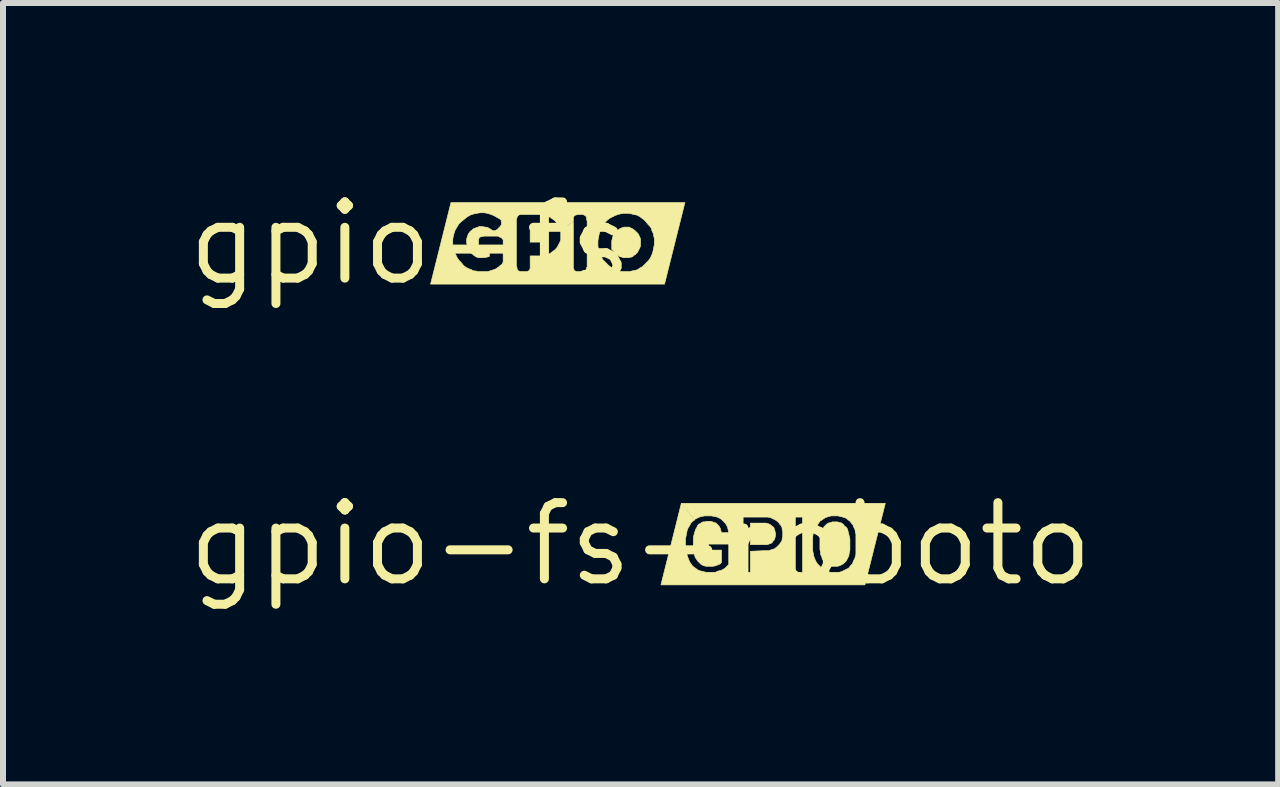
<source format=kicad_pcb>
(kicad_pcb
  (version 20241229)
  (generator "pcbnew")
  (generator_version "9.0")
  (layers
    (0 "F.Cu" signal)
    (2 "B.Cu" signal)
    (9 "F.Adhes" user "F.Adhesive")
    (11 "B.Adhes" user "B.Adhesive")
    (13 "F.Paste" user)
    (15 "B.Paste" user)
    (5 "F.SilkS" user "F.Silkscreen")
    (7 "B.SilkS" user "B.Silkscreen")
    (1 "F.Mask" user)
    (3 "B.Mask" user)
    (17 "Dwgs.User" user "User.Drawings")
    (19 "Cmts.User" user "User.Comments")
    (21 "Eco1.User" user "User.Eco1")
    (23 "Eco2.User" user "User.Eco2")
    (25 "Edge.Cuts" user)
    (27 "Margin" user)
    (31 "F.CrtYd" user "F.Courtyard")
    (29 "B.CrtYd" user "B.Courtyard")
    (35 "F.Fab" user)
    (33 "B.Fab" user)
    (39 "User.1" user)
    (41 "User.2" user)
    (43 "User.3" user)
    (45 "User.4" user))
  (footprint "gpio-fs-roboto"
    (layer "F.Cu")
    (at 7.627 6.019)
    (property "Reference" "gpio-fs-roboto" (at 0 0 0) (layer "F.SilkS") (effects (font (size 1.27 1.27) (thickness 0.15))))
    (attr board_only exclude_from_pos_files exclude_from_bom)
    (fp_poly (pts (xy 1.83 0.01) (xy 2.05 0.01) (xy 2.08 0.01) (xy 2.11 0.01) (xy 2.14 0) (xy 2.17 -0.01) (xy 2.19 -0.02) (xy 2.21 -0.05) (xy 2.23 -0.07) (xy 2.24 -0.1) (xy 2.25 -0.14) (xy 2.25 -0.18) (xy 2.24 -0.22) (xy 2.23 -0.25) (xy 2.22 -0.28) (xy 2.19 -0.3) (xy 2.17 -0.32) (xy 2.13 -0.34) (xy 2.09 -0.35) (xy 2.05 -0.35) (xy 1.83 -0.35) (xy 1.83 0.01)) (stroke (width 0.01) (type solid)) (fill yes) (layer "F.SilkS"))
    (fp_poly (pts (xy 3.49 -0.03) (xy 3.49 -0.08) (xy 3.48 -0.13) (xy 3.47 -0.17) (xy 3.46 -0.21) (xy 3.45 -0.25) (xy 3.43 -0.28) (xy 3.4 -0.3) (xy 3.38 -0.33) (xy 3.35 -0.35) (xy 3.32 -0.36) (xy 3.28 -0.37) (xy 3.24 -0.37) (xy 3.2 -0.37) (xy 3.17 -0.36) (xy 3.13 -0.35) (xy 3.1 -0.33) (xy 3.08 -0.31) (xy 3.06 -0.29) (xy 3.04 -0.26) (xy 3.03 -0.24) (xy 3.01 -0.2) (xy 3 -0.17) (xy 2.99 -0.13) (xy 2.99 -0.09) (xy 2.99 -0.05) (xy 2.99 0.05) (xy 2.99 0.09) (xy 3 0.13) (xy 3 0.17) (xy 3.02 0.21) (xy 3.03 0.25) (xy 3.05 0.28) (xy 3.08 0.31) (xy 3.11 0.34) (xy 3.15 0.36) (xy 3.19 0.37) (xy 3.22 0.37) (xy 3.24 0.37) (xy 3.27 0.37) (xy 3.29 0.37) (xy 3.32 0.36) (xy 3.34 0.35) (xy 3.36 0.34) (xy 3.38 0.33) (xy 3.4 0.31) (xy 3.43 0.28) (xy 3.45 0.24) (xy 3.47 0.2) (xy 3.48 0.15) (xy 3.49 0.1) (xy 3.49 0.05) (xy 3.49 -0.03)) (stroke (width 0.01) (type solid)) (fill yes) (layer "F.SilkS"))
    (fp_poly (pts (xy 0.9 -0.41) (xy 0.94 -0.43) (xy 0.98 -0.45) (xy 1.02 -0.46) (xy 1.07 -0.47) (xy 1.12 -0.47) (xy 1.18 -0.47) (xy 1.23 -0.46) (xy 1.28 -0.45) (xy 1.32 -0.43) (xy 1.35 -0.41) (xy 1.38 -0.38) (xy 1.41 -0.35) (xy 1.43 -0.32) (xy 1.45 -0.28) (xy 1.46 -0.24) (xy 1.47 -0.19) (xy 1.35 -0.19) (xy 1.34 -0.22) (xy 1.33 -0.26) (xy 1.32 -0.28) (xy 1.3 -0.31) (xy 1.28 -0.33) (xy 1.26 -0.35) (xy 1.23 -0.36) (xy 1.2 -0.37) (xy 1.17 -0.38) (xy 1.14 -0.38) (xy 1.1 -0.38) (xy 1.07 -0.37) (xy 1.04 -0.37) (xy 1.02 -0.36) (xy 0.99 -0.34) (xy 0.97 -0.33) (xy 0.95 -0.31) (xy 0.94 -0.28) (xy 0.92 -0.25) (xy 0.91 -0.22) (xy 0.9 -0.19) (xy 0.89 -0.15) (xy 0.88 -0.11) (xy 0.88 -0.07) (xy 0.88 0.06) (xy 0.88 0.1) (xy 0.89 0.14) (xy 0.9 0.18) (xy 0.91 0.22) (xy 0.93 0.25) (xy 0.95 0.28) (xy 0.98 0.31) (xy 1.01 0.34) (xy 1.05 0.36) (xy 1.09 0.37) (xy 1.14 0.37) (xy 1.21 0.37) (xy 1.26 0.36) (xy 1.28 0.35) (xy 1.3 0.34) (xy 1.33 0.33) (xy 1.35 0.3) (xy 1.35 0.1) (xy 1.13 0.1) (xy 1.13 0) (xy 1.47 0) (xy 1.47 0.34) (xy 1.71 0.47) (xy 1.71 -0.45) (xy 2.05 -0.45) (xy 2.12 -0.45) (xy 2.17 -0.44) (xy 2.21 -0.42) (xy 2.25 -0.4) (xy 2.29 -0.37) (xy 2.31 -0.35) (xy 2.32 -0.33) (xy 2.34 -0.31) (xy 2.58 -0.45) (xy 2.7 -0.45) (xy 2.95 -0.32) (xy 2.97 -0.35) (xy 2.99 -0.38) (xy 3.02 -0.4) (xy 3.05 -0.42) (xy 3.08 -0.44) (xy 3.11 -0.45) (xy 3.14 -0.46) (xy 3.18 -0.47) (xy 3.22 -0.47) (xy 3.26 -0.47) (xy 3.29 -0.47) (xy 3.33 -0.46) (xy 3.37 -0.45) (xy 3.4 -0.44) (xy 3.43 -0.43) (xy 3.45 -0.41) (xy 3.48 -0.39) (xy 3.5 -0.37) (xy 3.52 -0.34) (xy 3.54 -0.32) (xy 3.55 -0.29) (xy 3.57 -0.25) (xy 3.58 -0.22) (xy 3.59 -0.18) (xy 3.6 -0.15) (xy 3.61 -0.11) (xy 3.61 -0.07) (xy 3.61 0.03) (xy 3.61 0.08) (xy 3.6 0.14) (xy 3.59 0.19) (xy 3.57 0.24) (xy 3.55 0.28) (xy 3.53 0.33) (xy 3.5 0.36) (xy 3.47 0.4) (xy 3.43 0.42) (xy 3.39 0.44) (xy 3.35 0.46) (xy 3.31 0.47) (xy 3.26 0.47) (xy 3.21 0.47) (xy 3.16 0.47) (xy 3.12 0.45) (xy 3.08 0.44) (xy 3.04 0.42) (xy 3.01 0.39) (xy 2.98 0.36) (xy 2.95 0.33) (xy 2.93 0.3) (xy 2.91 0.26) (xy 2.89 0.21) (xy 2.88 0.16) (xy 2.87 0.11) (xy 2.87 0.05) (xy 2.87 -0.03) (xy 2.87 -0.08) (xy 2.87 -0.13) (xy 2.88 -0.18) (xy 2.89 -0.22) (xy 2.91 -0.26) (xy 2.93 -0.29) (xy 2.95 -0.32) (xy 2.7 -0.45) (xy 2.7 0.47) (xy 2.58 0.47) (xy 2.58 -0.45) (xy 2.34 -0.31) (xy 2.35 -0.29) (xy 2.36 -0.27) (xy 2.36 -0.24) (xy 2.37 -0.21) (xy 2.37 -0.18) (xy 2.37 -0.15) (xy 2.37 -0.12) (xy 2.36 -0.09) (xy 2.36 -0.07) (xy 2.35 -0.04) (xy 2.33 -0.02) (xy 2.32 0) (xy 2.3 0.02) (xy 2.27 0.05) (xy 2.23 0.08) (xy 2.19 0.09) (xy 2.14 0.11) (xy 2.1 0.11) (xy 2.06 0.11) (xy 1.83 0.12) (xy 1.83 0.47) (xy 1.71 0.47) (xy 1.47 0.34) (xy 1.44 0.37) (xy 1.41 0.4) (xy 1.38 0.42) (xy 1.34 0.44) (xy 1.29 0.45) (xy 1.25 0.47) (xy 1.19 0.47) (xy 1.14 0.47) (xy 1.09 0.47) (xy 1.05 0.46) (xy 1.01 0.45) (xy 0.97 0.44) (xy 0.94 0.42) (xy 0.9 0.39) (xy 0.87 0.37) (xy 0.85 0.34) (xy 0.82 0.3) (xy 0.8 0.25) (xy 0.78 0.2) (xy 0.77 0.15) (xy 0.76 0.1) (xy 0.75 0.04) (xy 0.75 -0.05) (xy 0.75 -0.09) (xy 0.76 -0.14) (xy 0.77 -0.19) (xy 0.78 -0.24) (xy 0.8 -0.28) (xy 0.82 -0.31) (xy 0.84 -0.35) (xy 0.87 -0.38) (xy 0.9 -0.4) (xy 0.68 -0.68) (xy 0.34 0.68) (xy 3.74 0.68) (xy 4.08 -0.68) (xy 0.68 -0.68) (xy 0.9 -0.41)) (stroke (width 0.01) (type solid)) (fill yes) (layer "F.SilkS")))
  (footprint "gpio-fs"
    (layer "F.Cu")
    (at 3.787 1.006)
    (property "Reference" "gpio-fs" (at 0 0 0) (layer "F.SilkS") (effects (font (size 1.27 1.27) (thickness 0.15))))
    (attr board_only exclude_from_pos_files exclude_from_bom)
    (fp_poly (pts (xy 2.21 -0.02) (xy 2.25 -0.05) (xy 2.26 -0.06) (xy 2.27 -0.08) (xy 2.28 -0.1) (xy 2.28 -0.13) (xy 2.28 -0.16) (xy 2.27 -0.19) (xy 2.26 -0.21) (xy 2.24 -0.22) (xy 2.22 -0.24) (xy 2.2 -0.24) (xy 2.18 -0.25) (xy 2.17 -0.25) (xy 2 -0.25) (xy 2 -0.02) (xy 2.21 -0.02)) (stroke (width 0.01) (type solid)) (fill yes) (layer "F.SilkS"))
    (fp_poly (pts (xy 3.36 0.1) (xy 3.44 0.18) (xy 3.46 0.19) (xy 3.49 0.22) (xy 3.53 0.23) (xy 3.55 0.24) (xy 3.58 0.24) (xy 3.6 0.24) (xy 3.62 0.24) (xy 3.65 0.24) (xy 3.67 0.23) (xy 3.69 0.23) (xy 3.71 0.22) (xy 3.73 0.2) (xy 3.75 0.19) (xy 3.77 0.17) (xy 3.79 0.15) (xy 3.8 0.13) (xy 3.81 0.11) (xy 3.82 0.09) (xy 3.83 0.07) (xy 3.84 0.04) (xy 3.84 0.02) (xy 3.84 -0.01) (xy 3.84 -0.04) (xy 3.84 -0.07) (xy 3.83 -0.1) (xy 3.82 -0.12) (xy 3.81 -0.14) (xy 3.8 -0.16) (xy 3.78 -0.18) (xy 3.75 -0.21) (xy 3.71 -0.24) (xy 3.69 -0.25) (xy 3.67 -0.26) (xy 3.65 -0.27) (xy 3.62 -0.27) (xy 3.6 -0.27) (xy 3.58 -0.27) (xy 3.56 -0.27) (xy 3.53 -0.26) (xy 3.49 -0.24) (xy 3.46 -0.22) (xy 3.42 -0.19) (xy 3.4 -0.15) (xy 3.38 -0.12) (xy 3.37 -0.08) (xy 3.36 -0.04) (xy 3.36 0.1)) (stroke (width 0.01) (type solid)) (fill yes) (layer "F.SilkS"))
    (fp_poly (pts (xy 0.9 -0.4) (xy 0.95 -0.44) (xy 1 -0.47) (xy 1.06 -0.49) (xy 1.11 -0.5) (xy 1.17 -0.51) (xy 1.23 -0.51) (xy 1.29 -0.5) (xy 1.35 -0.48) (xy 1.4 -0.46) (xy 1.45 -0.43) (xy 1.49 -0.41) (xy 1.5 -0.4) (xy 1.52 -0.38) (xy 1.52 -0.36) (xy 1.52 -0.34) (xy 1.52 -0.31) (xy 1.5 -0.28) (xy 1.48 -0.26) (xy 1.45 -0.23) (xy 1.43 -0.22) (xy 1.42 -0.21) (xy 1.4 -0.21) (xy 1.38 -0.21) (xy 1.35 -0.23) (xy 1.3 -0.26) (xy 1.27 -0.27) (xy 1.25 -0.27) (xy 1.2 -0.28) (xy 1.15 -0.28) (xy 1.13 -0.27) (xy 1.1 -0.26) (xy 1.07 -0.25) (xy 1.05 -0.24) (xy 1.03 -0.22) (xy 1 -0.2) (xy 0.99 -0.18) (xy 0.97 -0.16) (xy 0.96 -0.13) (xy 0.95 -0.1) (xy 0.94 -0.07) (xy 0.94 -0.04) (xy 0.94 -0.01) (xy 0.95 0.02) (xy 0.95 0.05) (xy 0.96 0.08) (xy 0.98 0.11) (xy 0.99 0.14) (xy 1.01 0.16) (xy 1.04 0.18) (xy 1.06 0.2) (xy 1.09 0.22) (xy 1.11 0.23) (xy 1.14 0.24) (xy 1.18 0.24) (xy 1.23 0.24) (xy 1.28 0.23) (xy 1.32 0.22) (xy 1.32 0.07) (xy 1.21 0.07) (xy 1.18 0.07) (xy 1.17 0.07) (xy 1.16 0.06) (xy 1.15 0.05) (xy 1.14 0.04) (xy 1.14 0.01) (xy 1.14 -0.04) (xy 1.14 -0.06) (xy 1.15 -0.09) (xy 1.16 -0.1) (xy 1.18 -0.11) (xy 1.2 -0.11) (xy 1.23 -0.12) (xy 1.46 -0.12) (xy 1.48 -0.11) (xy 1.5 -0.1) (xy 1.52 -0.1) (xy 1.53 -0.08) (xy 1.54 -0.07) (xy 1.55 -0.06) (xy 1.55 -0.04) (xy 1.55 -0.02) (xy 1.55 0.29) (xy 1.55 0.31) (xy 1.77 0.37) (xy 1.77 -0.41) (xy 1.78 -0.42) (xy 1.78 -0.43) (xy 1.79 -0.45) (xy 1.8 -0.46) (xy 1.81 -0.47) (xy 1.83 -0.48) (xy 1.85 -0.48) (xy 1.89 -0.48) (xy 2.18 -0.48) (xy 2.22 -0.48) (xy 2.27 -0.46) (xy 2.3 -0.45) (xy 2.34 -0.43) (xy 2.38 -0.4) (xy 2.42 -0.37) (xy 2.44 -0.34) (xy 2.46 -0.31) (xy 2.51 -0.22) (xy 2.72 -0.37) (xy 2.72 -0.41) (xy 2.72 -0.43) (xy 2.73 -0.45) (xy 2.74 -0.46) (xy 2.75 -0.47) (xy 2.76 -0.47) (xy 2.79 -0.48) (xy 2.82 -0.48) (xy 2.85 -0.48) (xy 2.88 -0.48) (xy 2.9 -0.47) (xy 2.92 -0.46) (xy 2.93 -0.45) (xy 2.94 -0.43) (xy 2.94 -0.4) (xy 2.95 -0.37) (xy 3.18 -0.24) (xy 3.2 -0.28) (xy 3.23 -0.32) (xy 3.25 -0.35) (xy 3.29 -0.39) (xy 3.33 -0.42) (xy 3.37 -0.44) (xy 3.41 -0.46) (xy 3.46 -0.48) (xy 3.5 -0.49) (xy 3.55 -0.5) (xy 3.6 -0.5) (xy 3.64 -0.5) (xy 3.69 -0.49) (xy 3.73 -0.48) (xy 3.78 -0.47) (xy 3.82 -0.45) (xy 3.86 -0.42) (xy 3.9 -0.39) (xy 3.93 -0.36) (xy 3.96 -0.32) (xy 3.99 -0.29) (xy 4.02 -0.25) (xy 4.03 -0.21) (xy 4.05 -0.17) (xy 4.06 -0.12) (xy 4.07 -0.08) (xy 4.07 -0.03) (xy 4.07 0.02) (xy 4.06 0.07) (xy 4.05 0.12) (xy 4.04 0.16) (xy 4.02 0.21) (xy 4 0.25) (xy 3.97 0.29) (xy 3.94 0.32) (xy 3.9 0.36) (xy 3.87 0.39) (xy 3.83 0.41) (xy 3.79 0.44) (xy 3.75 0.45) (xy 3.7 0.46) (xy 3.66 0.47) (xy 3.61 0.47) (xy 3.56 0.47) (xy 3.52 0.47) (xy 3.47 0.46) (xy 3.43 0.44) (xy 3.39 0.42) (xy 3.35 0.4) (xy 3.31 0.37) (xy 3.28 0.34) (xy 3.24 0.3) (xy 3.21 0.27) (xy 3.19 0.23) (xy 3.17 0.18) (xy 3.15 0.14) (xy 3.14 0.1) (xy 3.13 0.05) (xy 3.13 0) (xy 3.13 -0.05) (xy 3.14 -0.1) (xy 3.15 -0.15) (xy 3.16 -0.19) (xy 3.18 -0.24) (xy 2.95 -0.37) (xy 2.95 0.39) (xy 2.94 0.41) (xy 2.93 0.44) (xy 2.92 0.45) (xy 2.91 0.46) (xy 2.88 0.47) (xy 2.85 0.47) (xy 2.82 0.47) (xy 2.79 0.47) (xy 2.77 0.47) (xy 2.75 0.46) (xy 2.73 0.45) (xy 2.73 0.43) (xy 2.72 0.42) (xy 2.72 0.39) (xy 2.72 0.36) (xy 2.72 -0.36) (xy 2.51 -0.22) (xy 2.51 -0.1) (xy 2.51 -0.06) (xy 2.5 -0.03) (xy 2.48 0.01) (xy 2.46 0.05) (xy 2.44 0.08) (xy 2.41 0.11) (xy 2.37 0.14) (xy 2.33 0.17) (xy 2.29 0.19) (xy 2.24 0.2) (xy 2.21 0.21) (xy 2.18 0.21) (xy 2 0.21) (xy 2 0.38) (xy 2 0.42) (xy 1.99 0.44) (xy 1.99 0.45) (xy 1.97 0.46) (xy 1.95 0.47) (xy 1.92 0.47) (xy 1.89 0.47) (xy 1.86 0.47) (xy 1.83 0.47) (xy 1.81 0.46) (xy 1.79 0.45) (xy 1.79 0.44) (xy 1.78 0.42) (xy 1.78 0.4) (xy 1.77 0.37) (xy 1.55 0.31) (xy 1.54 0.33) (xy 1.53 0.35) (xy 1.5 0.37) (xy 1.48 0.39) (xy 1.45 0.41) (xy 1.42 0.43) (xy 1.39 0.44) (xy 1.36 0.45) (xy 1.33 0.46) (xy 1.29 0.47) (xy 1.25 0.47) (xy 1.2 0.47) (xy 1.17 0.47) (xy 1.13 0.47) (xy 1.09 0.46) (xy 1.06 0.46) (xy 1.02 0.44) (xy 0.97 0.42) (xy 0.93 0.4) (xy 0.89 0.37) (xy 0.86 0.33) (xy 0.82 0.29) (xy 0.79 0.25) (xy 0.77 0.21) (xy 0.75 0.17) (xy 0.73 0.13) (xy 0.72 0.08) (xy 0.71 0.03) (xy 0.71 -0.02) (xy 0.71 -0.07) (xy 0.72 -0.12) (xy 0.73 -0.16) (xy 0.75 -0.22) (xy 0.78 -0.27) (xy 0.81 -0.32) (xy 0.85 -0.36) (xy 0.9 -0.4) (xy 0.68 -0.68) (xy 0.34 0.68) (xy 4.24 0.68) (xy 4.58 -0.68) (xy 0.68 -0.68) (xy 0.9 -0.4)) (stroke (width 0.01) (type solid)) (fill yes) (layer "F.SilkS")))
  (gr_rect
    (start -3 -3)
    (end 18.255 10.025)
    (stroke (width 0.1) (type default))
    (fill no)
    (layer "Edge.Cuts")))
</source>
